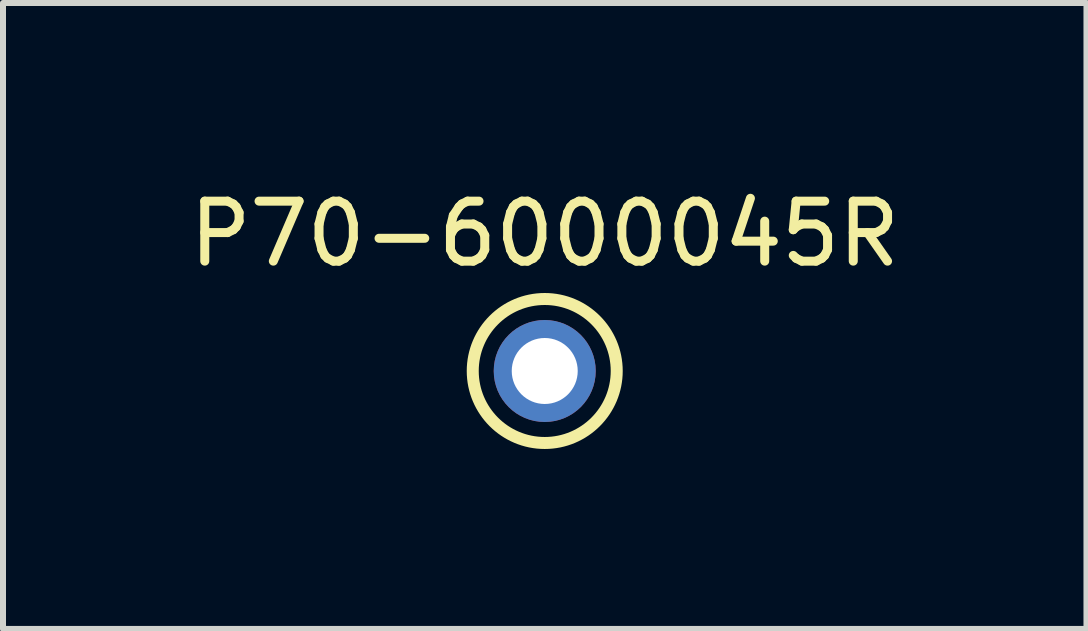
<source format=kicad_pcb>
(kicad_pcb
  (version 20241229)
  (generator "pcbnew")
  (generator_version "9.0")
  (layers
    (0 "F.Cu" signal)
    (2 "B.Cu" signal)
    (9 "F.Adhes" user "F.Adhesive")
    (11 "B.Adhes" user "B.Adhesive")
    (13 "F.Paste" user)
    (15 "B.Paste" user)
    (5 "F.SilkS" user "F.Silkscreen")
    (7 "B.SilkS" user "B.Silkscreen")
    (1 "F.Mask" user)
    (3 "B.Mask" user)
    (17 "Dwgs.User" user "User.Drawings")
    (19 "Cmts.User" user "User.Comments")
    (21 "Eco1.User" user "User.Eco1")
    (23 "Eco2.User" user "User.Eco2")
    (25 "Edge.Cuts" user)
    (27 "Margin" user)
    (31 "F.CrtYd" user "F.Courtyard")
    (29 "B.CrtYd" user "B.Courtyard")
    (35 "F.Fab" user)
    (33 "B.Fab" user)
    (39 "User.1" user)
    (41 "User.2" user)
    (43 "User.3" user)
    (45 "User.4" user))
  (footprint "P70-6000045R"
    (layer "F.Cu")
    (at 6.03 3.134)
    (property "Reference" "P70-6000045R" (at 0 -2.286 0) (layer "F.SilkS") (effects (font (size 1 1) (thickness 0.15))))
    (attr through_hole)
    (fp_circle (center 0 0) (end 1.2 0) (stroke (width 0.2) (type solid)) (fill no) (layer "F.SilkS"))
    (pad "1" thru_hole circle (at 0 0) (size 1.7 1.7) (drill 1.1) (layers "*.Cu" "*.Mask")))
  (gr_rect
    (start -3 -3)
    (end 15.06 7.434)
    (stroke (width 0.1) (type default))
    (fill no)
    (layer "Edge.Cuts")))
</source>
